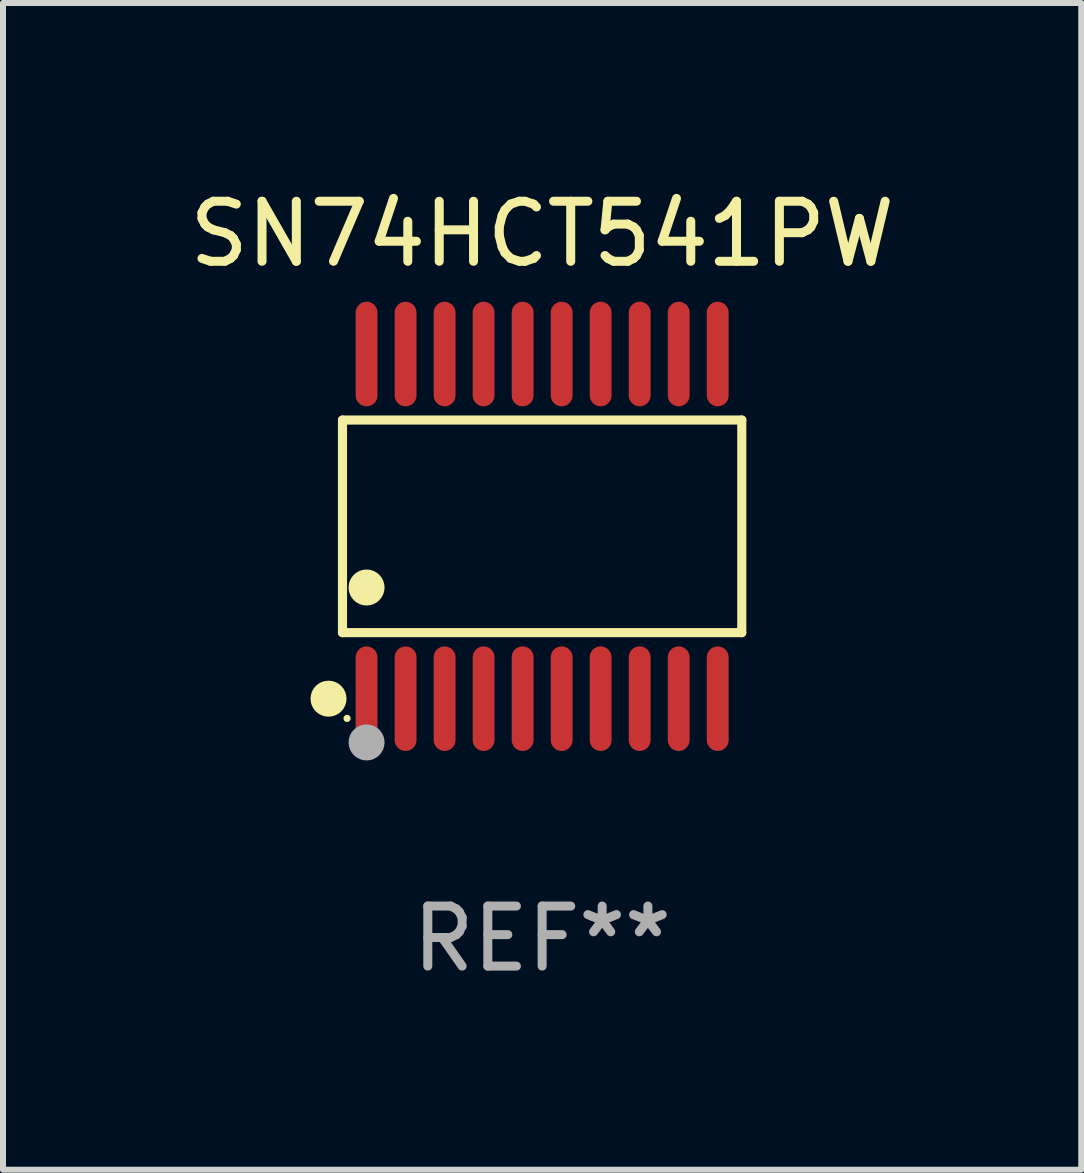
<source format=kicad_pcb>
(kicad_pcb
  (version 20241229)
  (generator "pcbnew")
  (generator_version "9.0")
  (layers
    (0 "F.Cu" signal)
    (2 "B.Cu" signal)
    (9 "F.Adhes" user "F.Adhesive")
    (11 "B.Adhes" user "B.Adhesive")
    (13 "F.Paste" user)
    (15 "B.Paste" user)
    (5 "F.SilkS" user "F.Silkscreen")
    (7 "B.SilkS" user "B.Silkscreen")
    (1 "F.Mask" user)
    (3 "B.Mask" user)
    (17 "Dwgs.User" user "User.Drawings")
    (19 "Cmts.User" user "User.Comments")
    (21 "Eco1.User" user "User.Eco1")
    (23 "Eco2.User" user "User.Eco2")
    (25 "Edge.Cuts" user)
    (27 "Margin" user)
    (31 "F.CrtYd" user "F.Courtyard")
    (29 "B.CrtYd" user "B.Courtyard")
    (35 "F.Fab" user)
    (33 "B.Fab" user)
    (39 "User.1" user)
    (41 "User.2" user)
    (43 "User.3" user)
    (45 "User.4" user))
  (footprint "SN74HCT541PW"
    (layer "F.Cu")
    (at 5.982 5.719)
    (property "Reference" "SN74HCT541PW" (at 0 -4.871 0) (layer "F.SilkS") (effects (font (size 1 1) (thickness 0.15))))
    (attr through_hole)
    (fp_line (start -3.326 -1.771) (end 3.326 -1.771) (stroke (width 0.152) (type solid)) (layer "F.SilkS"))
    (fp_line (start -3.326 1.771) (end -3.326 -1.771) (stroke (width 0.152) (type solid)) (layer "F.SilkS"))
    (fp_line (start 3.326 -1.771) (end 3.326 1.771) (stroke (width 0.152) (type solid)) (layer "F.SilkS"))
    (fp_line (start 3.326 1.771) (end -3.326 1.771) (stroke (width 0.152) (type solid)) (layer "F.SilkS"))
    (fp_circle (center -3.559 2.871) (end -3.409 2.871) (stroke (width 0.3) (type solid)) (fill no) (layer "F.SilkS"))
    (fp_circle (center -3.25 3.2) (end -3.22 3.2) (stroke (width 0.06) (type solid)) (fill no) (layer "F.SilkS"))
    (fp_circle (center -2.925 1.019) (end -2.775 1.019) (stroke (width 0.3) (type solid)) (fill no) (layer "F.SilkS"))
    (fp_circle (center -2.925 3.6) (end -2.775 3.6) (stroke (width 0.3) (type solid)) (fill no) (layer "F.Fab"))
    (fp_text user "REF**" (at 0 6.871 0) (layer "F.Fab") (effects (font (size 1 1) (thickness 0.15))))
    (pad "1" smd oval (at -2.925 2.871) (size 0.364 1.742) (layers "F.Cu" "F.Mask" "F.Paste"))
    (pad "2" smd oval (at -2.275 2.871) (size 0.364 1.742) (layers "F.Cu" "F.Mask" "F.Paste"))
    (pad "3" smd oval (at -1.625 2.871) (size 0.364 1.742) (layers "F.Cu" "F.Mask" "F.Paste"))
    (pad "4" smd oval (at -0.975 2.871) (size 0.364 1.742) (layers "F.Cu" "F.Mask" "F.Paste"))
    (pad "5" smd oval (at -0.325 2.871) (size 0.364 1.742) (layers "F.Cu" "F.Mask" "F.Paste"))
    (pad "6" smd oval (at 0.325 2.871) (size 0.364 1.742) (layers "F.Cu" "F.Mask" "F.Paste"))
    (pad "7" smd oval (at 0.975 2.871) (size 0.364 1.742) (layers "F.Cu" "F.Mask" "F.Paste"))
    (pad "8" smd oval (at 1.625 2.871) (size 0.364 1.742) (layers "F.Cu" "F.Mask" "F.Paste"))
    (pad "9" smd oval (at 2.275 2.871) (size 0.364 1.742) (layers "F.Cu" "F.Mask" "F.Paste"))
    (pad "10" smd oval (at 2.925 2.871) (size 0.364 1.742) (layers "F.Cu" "F.Mask" "F.Paste"))
    (pad "11" smd oval (at 2.925 -2.871) (size 0.364 1.742) (layers "F.Cu" "F.Mask" "F.Paste"))
    (pad "12" smd oval (at 2.275 -2.871) (size 0.364 1.742) (layers "F.Cu" "F.Mask" "F.Paste"))
    (pad "13" smd oval (at 1.625 -2.871) (size 0.364 1.742) (layers "F.Cu" "F.Mask" "F.Paste"))
    (pad "14" smd oval (at 0.975 -2.871) (size 0.364 1.742) (layers "F.Cu" "F.Mask" "F.Paste"))
    (pad "15" smd oval (at 0.325 -2.871) (size 0.364 1.742) (layers "F.Cu" "F.Mask" "F.Paste"))
    (pad "16" smd oval (at -0.325 -2.871) (size 0.364 1.742) (layers "F.Cu" "F.Mask" "F.Paste"))
    (pad "17" smd oval (at -0.975 -2.871) (size 0.364 1.742) (layers "F.Cu" "F.Mask" "F.Paste"))
    (pad "18" smd oval (at -1.625 -2.871) (size 0.364 1.742) (layers "F.Cu" "F.Mask" "F.Paste"))
    (pad "19" smd oval (at -2.275 -2.871) (size 0.364 1.742) (layers "F.Cu" "F.Mask" "F.Paste"))
    (pad "20" smd oval (at -2.925 -2.871) (size 0.364 1.742) (layers "F.Cu" "F.Mask" "F.Paste")))
  (gr_rect
    (start -3 -3)
    (end 14.964 16.438)
    (stroke (width 0.1) (type default))
    (fill no)
    (layer "Edge.Cuts")))
</source>
